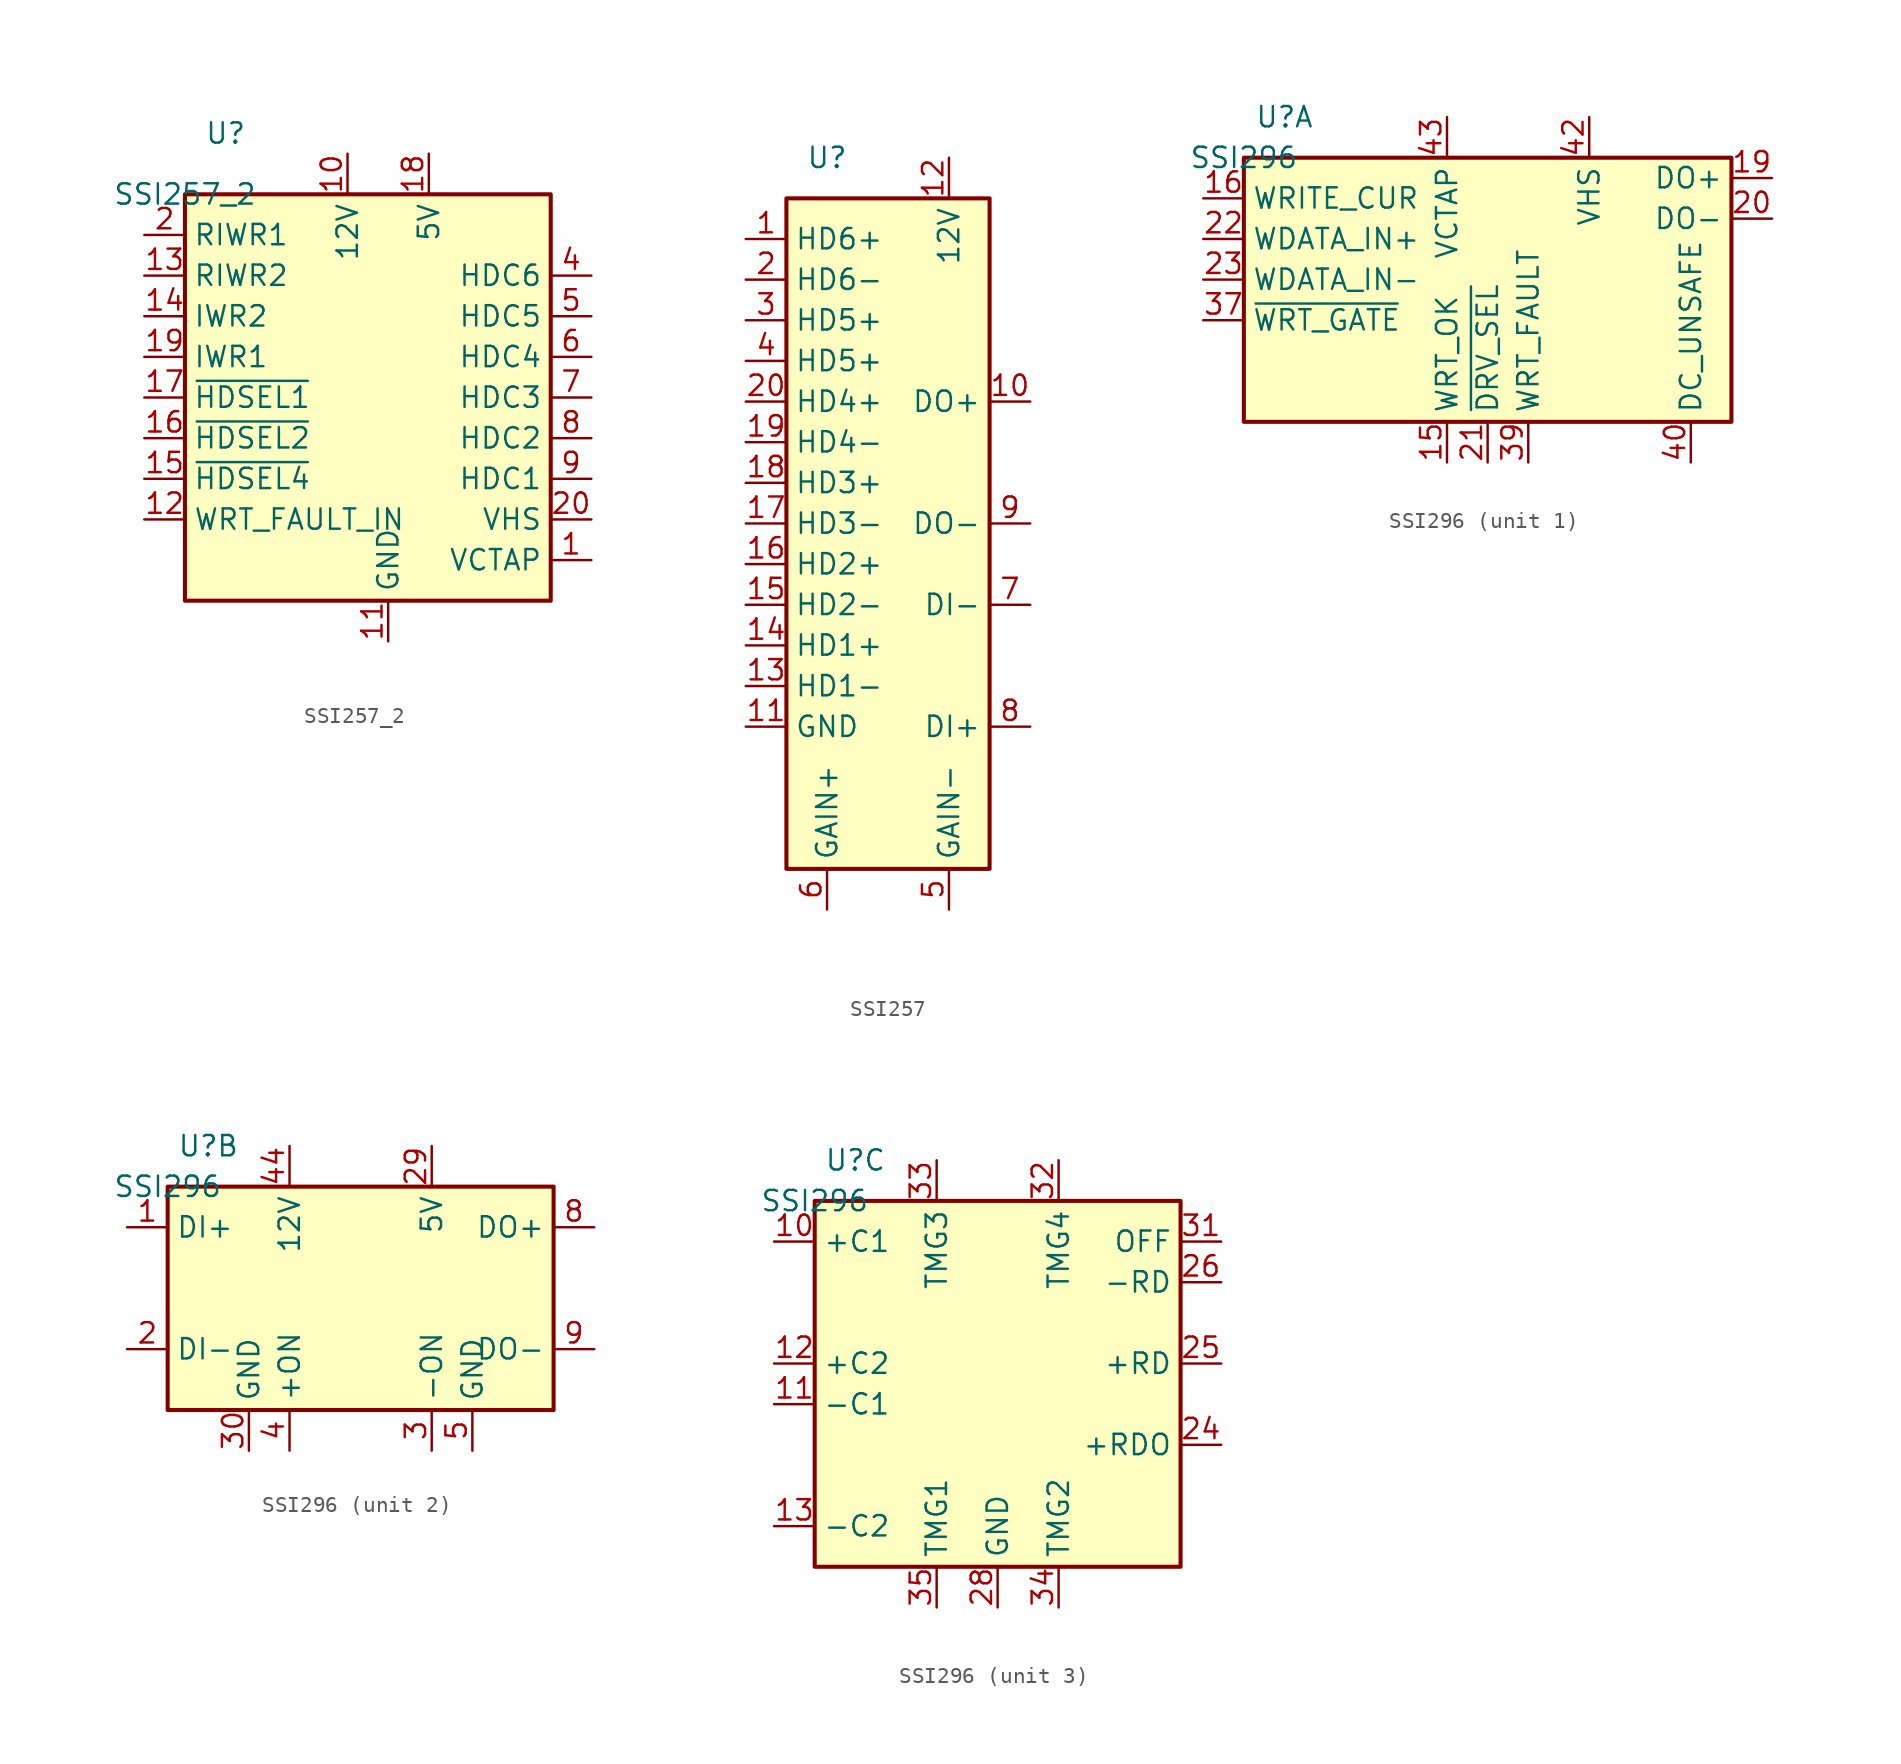
<source format=kicad_sym>
(kicad_symbol_lib
  (version 20220914)
  (generator kicad_symbol_editor)
  (symbol "SSI257_2"
    (property "Reference" "U"
      (at 2.54 3.81 0)
      (effects (font (size 1.27 1.27))))
    (property "Value" "SSI257_2"
      (at 0 0 0)
      (effects (font (size 1.27 1.27))))
    (symbol "SSI257_2_1_1"
      (rectangle (start 0 0) (end 22.86 -25.4) (stroke (width 0.254) (type default)) (fill (type background)))
      (pin passive line (at 25.4 -22.86 180) (length 2.54) (name "VCTAP" (effects (font (size 1.27 1.27)))) (number "1" (effects (font (size 1.27 1.27)))))
      (pin power_in line (at 10.16 2.54 270) (length 2.54) (name "12V" (effects (font (size 1.27 1.27)))) (number "10" (effects (font (size 1.27 1.27)))))
      (pin power_in line (at 12.7 -27.94 90) (length 2.54) (name "GND" (effects (font (size 1.27 1.27)))) (number "11" (effects (font (size 1.27 1.27)))))
      (pin input line (at -2.54 -20.32 0) (length 2.54) (name "WRT_FAULT_IN" (effects (font (size 1.27 1.27)))) (number "12" (effects (font (size 1.27 1.27)))))
      (pin input line (at -2.54 -5.08 0) (length 2.54) (name "RIWR2" (effects (font (size 1.27 1.27)))) (number "13" (effects (font (size 1.27 1.27)))))
      (pin passive line (at -2.54 -7.62 0) (length 2.54) (name "IWR2" (effects (font (size 1.27 1.27)))) (number "14" (effects (font (size 1.27 1.27)))))
      (pin input line (at -2.54 -17.78 0) (length 2.54) (name "~{HDSEL4}" (effects (font (size 1.27 1.27)))) (number "15" (effects (font (size 1.27 1.27)))))
      (pin input line (at -2.54 -15.24 0) (length 2.54) (name "~{HDSEL2}" (effects (font (size 1.27 1.27)))) (number "16" (effects (font (size 1.27 1.27)))))
      (pin input line (at -2.54 -12.7 0) (length 2.54) (name "~{HDSEL1}" (effects (font (size 1.27 1.27)))) (number "17" (effects (font (size 1.27 1.27)))))
      (pin power_in line (at 15.24 2.54 270) (length 2.54) (name "5V" (effects (font (size 1.27 1.27)))) (number "18" (effects (font (size 1.27 1.27)))))
      (pin passive line (at -2.54 -10.16 0) (length 2.54) (name "IWR1" (effects (font (size 1.27 1.27)))) (number "19" (effects (font (size 1.27 1.27)))))
      (pin input line (at -2.54 -2.54 0) (length 2.54) (name "RIWR1" (effects (font (size 1.27 1.27)))) (number "2" (effects (font (size 1.27 1.27)))))
      (pin passive line (at 25.4 -20.32 180) (length 2.54) (name "VHS" (effects (font (size 1.27 1.27)))) (number "20" (effects (font (size 1.27 1.27)))))
      (pin output line (at 25.4 -5.08 180) (length 2.54) (name "HDC6" (effects (font (size 1.27 1.27)))) (number "4" (effects (font (size 1.27 1.27)))))
      (pin output line (at 25.4 -7.62 180) (length 2.54) (name "HDC5" (effects (font (size 1.27 1.27)))) (number "5" (effects (font (size 1.27 1.27)))))
      (pin output line (at 25.4 -10.16 180) (length 2.54) (name "HDC4" (effects (font (size 1.27 1.27)))) (number "6" (effects (font (size 1.27 1.27)))))
      (pin output line (at 25.4 -12.7 180) (length 2.54) (name "HDC3" (effects (font (size 1.27 1.27)))) (number "7" (effects (font (size 1.27 1.27)))))
      (pin output line (at 25.4 -15.24 180) (length 2.54) (name "HDC2" (effects (font (size 1.27 1.27)))) (number "8" (effects (font (size 1.27 1.27)))))
      (pin output line (at 25.4 -17.78 180) (length 2.54) (name "HDC1" (effects (font (size 1.27 1.27)))) (number "9" (effects (font (size 1.27 1.27)))))))
  (symbol "SSI257"
    (property "Reference" "U"
      (at 2.54 2.54 0)
      (effects (font (size 1.27 1.27))))
    (property "Value" ""
      (at 0 0 0)
      (effects (font (size 1.27 1.27))))
    (symbol "SSI257_1_1"
      (rectangle (start 0 0) (end 12.7 -41.91) (stroke (width 0.254) (type default)) (fill (type background)))
      (pin passive line (at -2.54 -2.54 0) (length 2.54) (name "HD6+" (effects (font (size 1.27 1.27)))) (number "1" (effects (font (size 1.27 1.27)))))
      (pin output line (at 15.24 -12.7 180) (length 2.54) (name "DO+" (effects (font (size 1.27 1.27)))) (number "10" (effects (font (size 1.27 1.27)))))
      (pin power_in line (at -2.54 -33.02 0) (length 2.54) (name "GND" (effects (font (size 1.27 1.27)))) (number "11" (effects (font (size 1.27 1.27)))))
      (pin power_in line (at 10.16 2.54 270) (length 2.54) (name "12V" (effects (font (size 1.27 1.27)))) (number "12" (effects (font (size 1.27 1.27)))))
      (pin passive line (at -2.54 -30.48 0) (length 2.54) (name "HD1-" (effects (font (size 1.27 1.27)))) (number "13" (effects (font (size 1.27 1.27)))))
      (pin passive line (at -2.54 -27.94 0) (length 2.54) (name "HD1+" (effects (font (size 1.27 1.27)))) (number "14" (effects (font (size 1.27 1.27)))))
      (pin passive line (at -2.54 -25.4 0) (length 2.54) (name "HD2-" (effects (font (size 1.27 1.27)))) (number "15" (effects (font (size 1.27 1.27)))))
      (pin passive line (at -2.54 -22.86 0) (length 2.54) (name "HD2+" (effects (font (size 1.27 1.27)))) (number "16" (effects (font (size 1.27 1.27)))))
      (pin passive line (at -2.54 -20.32 0) (length 2.54) (name "HD3-" (effects (font (size 1.27 1.27)))) (number "17" (effects (font (size 1.27 1.27)))))
      (pin passive line (at -2.54 -17.78 0) (length 2.54) (name "HD3+" (effects (font (size 1.27 1.27)))) (number "18" (effects (font (size 1.27 1.27)))))
      (pin passive line (at -2.54 -15.24 0) (length 2.54) (name "HD4-" (effects (font (size 1.27 1.27)))) (number "19" (effects (font (size 1.27 1.27)))))
      (pin passive line (at -2.54 -5.08 0) (length 2.54) (name "HD6-" (effects (font (size 1.27 1.27)))) (number "2" (effects (font (size 1.27 1.27)))))
      (pin passive line (at -2.54 -12.7 0) (length 2.54) (name "HD4+" (effects (font (size 1.27 1.27)))) (number "20" (effects (font (size 1.27 1.27)))))
      (pin passive line (at -2.54 -7.62 0) (length 2.54) (name "HD5+" (effects (font (size 1.27 1.27)))) (number "3" (effects (font (size 1.27 1.27)))))
      (pin passive line (at -2.54 -10.16 0) (length 2.54) (name "HD5+" (effects (font (size 1.27 1.27)))) (number "4" (effects (font (size 1.27 1.27)))))
      (pin passive line (at 10.16 -44.45 90) (length 2.54) (name "GAIN-" (effects (font (size 1.27 1.27)))) (number "5" (effects (font (size 1.27 1.27)))))
      (pin passive line (at 2.54 -44.45 90) (length 2.54) (name "GAIN+" (effects (font (size 1.27 1.27)))) (number "6" (effects (font (size 1.27 1.27)))))
      (pin input line (at 15.24 -25.4 180) (length 2.54) (name "DI-" (effects (font (size 1.27 1.27)))) (number "7" (effects (font (size 1.27 1.27)))))
      (pin input line (at 15.24 -33.02 180) (length 2.54) (name "DI+" (effects (font (size 1.27 1.27)))) (number "8" (effects (font (size 1.27 1.27)))))
      (pin output line (at 15.24 -20.32 180) (length 2.54) (name "DO-" (effects (font (size 1.27 1.27)))) (number "9" (effects (font (size 1.27 1.27)))))))
  (symbol "SSI296"
    (property "Reference" "U"
      (at 2.54 2.54 0)
      (effects (font (size 1.27 1.27))))
    (property "Value" "SSI296"
      (at 0 0 0)
      (effects (font (size 1.27 1.27))))
    (property "ki_locked" ""
      (at 0 0 0)
      (effects (font (size 1.27 1.27))))
    (symbol "SSI296_1_1"
      (rectangle (start 0 0) (end 30.48 -16.51) (stroke (width 0.254) (type default)) (fill (type background)))
      (pin input line (at 12.7 -19.05 90) (length 2.54) (name "WRT_OK" (effects (font (size 1.27 1.27)))) (number "15" (effects (font (size 1.27 1.27)))))
      (pin passive line (at -2.54 -2.54 0) (length 2.54) (name "WRITE_CUR" (effects (font (size 1.27 1.27)))) (number "16" (effects (font (size 1.27 1.27)))))
      (pin output line (at 33.02 -1.27 180) (length 2.54) (name "DO+" (effects (font (size 1.27 1.27)))) (number "19" (effects (font (size 1.27 1.27)))))
      (pin output line (at 33.02 -3.81 180) (length 2.54) (name "DO-" (effects (font (size 1.27 1.27)))) (number "20" (effects (font (size 1.27 1.27)))))
      (pin input line (at 15.24 -19.05 90) (length 2.54) (name "~{DRV_SEL}" (effects (font (size 1.27 1.27)))) (number "21" (effects (font (size 1.27 1.27)))))
      (pin input line (at -2.54 -5.08 0) (length 2.54) (name "WDATA_IN+" (effects (font (size 1.27 1.27)))) (number "22" (effects (font (size 1.27 1.27)))))
      (pin input line (at -2.54 -7.62 0) (length 2.54) (name "WDATA_IN-" (effects (font (size 1.27 1.27)))) (number "23" (effects (font (size 1.27 1.27)))))
      (pin input line (at -2.54 -10.16 0) (length 2.54) (name "~{WRT_GATE}" (effects (font (size 1.27 1.27)))) (number "37" (effects (font (size 1.27 1.27)))))
      (pin output line (at 17.78 -19.05 90) (length 2.54) (name "WRT_FAULT" (effects (font (size 1.27 1.27)))) (number "39" (effects (font (size 1.27 1.27)))))
      (pin output line (at 27.94 -19.05 90) (length 2.54) (name "DC_UNSAFE" (effects (font (size 1.27 1.27)))) (number "40" (effects (font (size 1.27 1.27)))))
      (pin passive line (at 21.59 2.54 270) (length 2.54) (name "VHS" (effects (font (size 1.27 1.27)))) (number "42" (effects (font (size 1.27 1.27)))))
      (pin passive line (at 12.7 2.54 270) (length 2.54) (name "VCTAP" (effects (font (size 1.27 1.27)))) (number "43" (effects (font (size 1.27 1.27))))))
    (symbol "SSI296_2_1"
      (rectangle (start 0 0) (end 24.13 -13.97) (stroke (width 0.254) (type default)) (fill (type background)))
      (pin input line (at -2.54 -2.54 0) (length 2.54) (name "DI+" (effects (font (size 1.27 1.27)))) (number "1" (effects (font (size 1.27 1.27)))))
      (pin input line (at -2.54 -10.16 0) (length 2.54) (name "DI-" (effects (font (size 1.27 1.27)))) (number "2" (effects (font (size 1.27 1.27)))))
      (pin power_in line (at 16.51 2.54 270) (length 2.54) (name "5V" (effects (font (size 1.27 1.27)))) (number "29" (effects (font (size 1.27 1.27)))))
      (pin passive line (at 16.51 -16.51 90) (length 2.54) (name "-ON" (effects (font (size 1.27 1.27)))) (number "3" (effects (font (size 1.27 1.27)))))
      (pin power_in line (at 5.08 -16.51 90) (length 2.54) (name "GND" (effects (font (size 1.27 1.27)))) (number "30" (effects (font (size 1.27 1.27)))))
      (pin passive line (at 7.62 -16.51 90) (length 2.54) (name "+ON" (effects (font (size 1.27 1.27)))) (number "4" (effects (font (size 1.27 1.27)))))
      (pin power_in line (at 7.62 2.54 270) (length 2.54) (name "12V" (effects (font (size 1.27 1.27)))) (number "44" (effects (font (size 1.27 1.27)))))
      (pin power_in line (at 19.05 -16.51 90) (length 2.54) (name "GND" (effects (font (size 1.27 1.27)))) (number "5" (effects (font (size 1.27 1.27)))))
      (pin output line (at 26.67 -2.54 180) (length 2.54) (name "DO+" (effects (font (size 1.27 1.27)))) (number "8" (effects (font (size 1.27 1.27)))))
      (pin output line (at 26.67 -10.16 180) (length 2.54) (name "DO-" (effects (font (size 1.27 1.27)))) (number "9" (effects (font (size 1.27 1.27))))))
    (symbol "SSI296_3_1"
      (rectangle (start 0 0) (end 22.86 -22.86) (stroke (width 0.254) (type default)) (fill (type background)))
      (pin input line (at -2.54 -2.54 0) (length 2.54) (name "+C1" (effects (font (size 1.27 1.27)))) (number "10" (effects (font (size 1.27 1.27)))))
      (pin input line (at -2.54 -12.7 0) (length 2.54) (name "-C1" (effects (font (size 1.27 1.27)))) (number "11" (effects (font (size 1.27 1.27)))))
      (pin input line (at -2.54 -10.16 0) (length 2.54) (name "+C2" (effects (font (size 1.27 1.27)))) (number "12" (effects (font (size 1.27 1.27)))))
      (pin input line (at -2.54 -20.32 0) (length 2.54) (name "-C2" (effects (font (size 1.27 1.27)))) (number "13" (effects (font (size 1.27 1.27)))))
      (pin output line (at 25.4 -15.24 180) (length 2.54) (name "+RDO" (effects (font (size 1.27 1.27)))) (number "24" (effects (font (size 1.27 1.27)))))
      (pin output line (at 25.4 -10.16 180) (length 2.54) (name "+RD" (effects (font (size 1.27 1.27)))) (number "25" (effects (font (size 1.27 1.27)))))
      (pin output line (at 25.4 -5.08 180) (length 2.54) (name "-RD" (effects (font (size 1.27 1.27)))) (number "26" (effects (font (size 1.27 1.27)))))
      (pin power_in line (at 11.43 -25.4 90) (length 2.54) (name "GND" (effects (font (size 1.27 1.27)))) (number "28" (effects (font (size 1.27 1.27)))))
      (pin passive line (at 25.4 -2.54 180) (length 2.54) (name "OFF" (effects (font (size 1.27 1.27)))) (number "31" (effects (font (size 1.27 1.27)))))
      (pin passive line (at 15.24 2.54 270) (length 2.54) (name "TMG4" (effects (font (size 1.27 1.27)))) (number "32" (effects (font (size 1.27 1.27)))))
      (pin passive line (at 7.62 2.54 270) (length 2.54) (name "TMG3" (effects (font (size 1.27 1.27)))) (number "33" (effects (font (size 1.27 1.27)))))
      (pin passive line (at 15.24 -25.4 90) (length 2.54) (name "TMG2" (effects (font (size 1.27 1.27)))) (number "34" (effects (font (size 1.27 1.27)))))
      (pin passive line (at 7.62 -25.4 90) (length 2.54) (name "TMG1" (effects (font (size 1.27 1.27)))) (number "35" (effects (font (size 1.27 1.27))))))))
</source>
